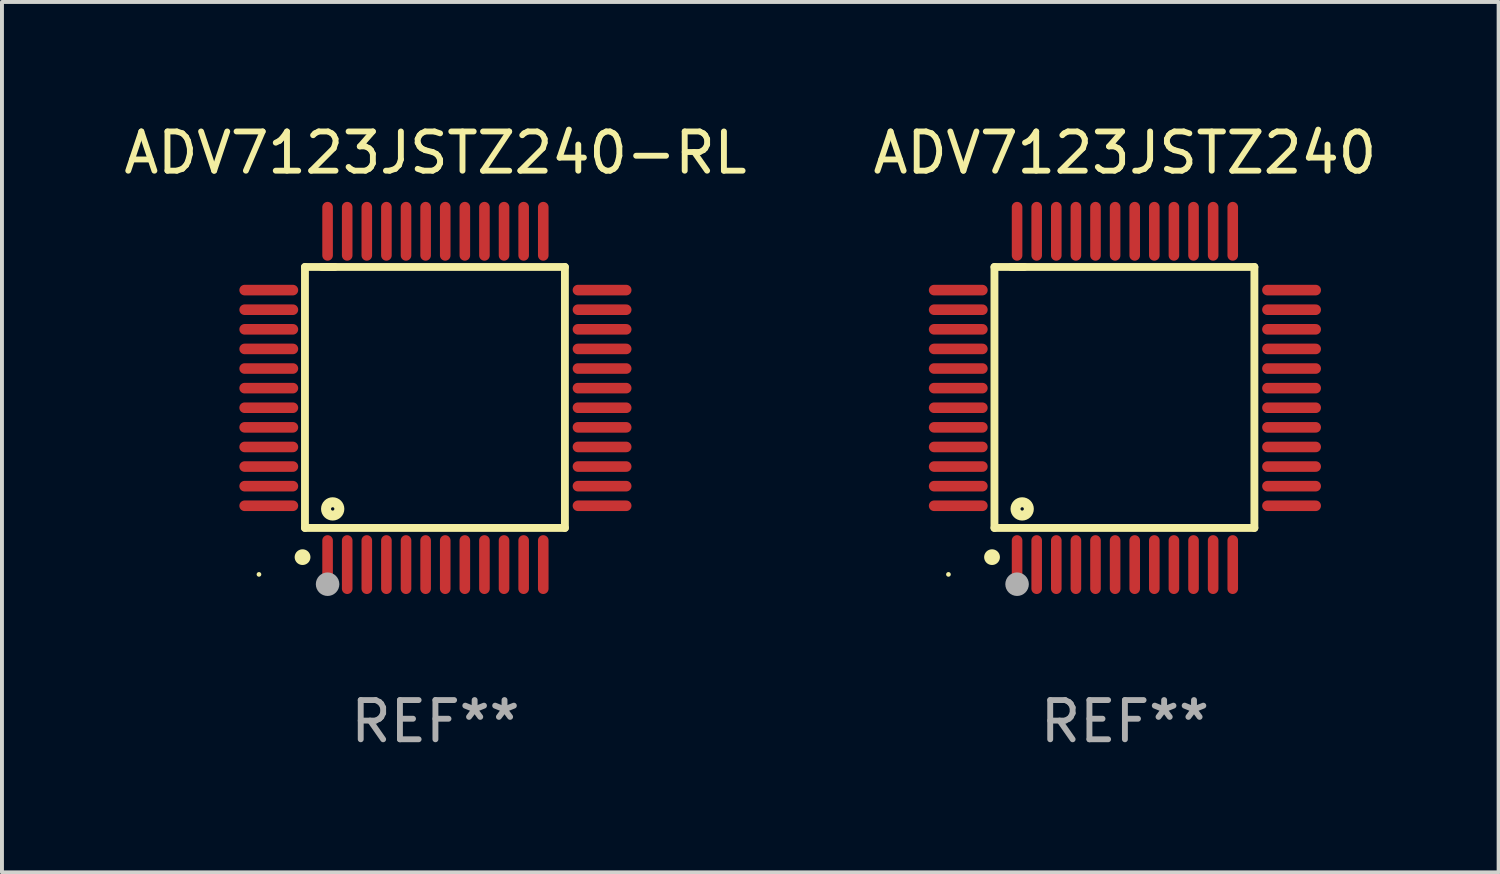
<source format=kicad_pcb>
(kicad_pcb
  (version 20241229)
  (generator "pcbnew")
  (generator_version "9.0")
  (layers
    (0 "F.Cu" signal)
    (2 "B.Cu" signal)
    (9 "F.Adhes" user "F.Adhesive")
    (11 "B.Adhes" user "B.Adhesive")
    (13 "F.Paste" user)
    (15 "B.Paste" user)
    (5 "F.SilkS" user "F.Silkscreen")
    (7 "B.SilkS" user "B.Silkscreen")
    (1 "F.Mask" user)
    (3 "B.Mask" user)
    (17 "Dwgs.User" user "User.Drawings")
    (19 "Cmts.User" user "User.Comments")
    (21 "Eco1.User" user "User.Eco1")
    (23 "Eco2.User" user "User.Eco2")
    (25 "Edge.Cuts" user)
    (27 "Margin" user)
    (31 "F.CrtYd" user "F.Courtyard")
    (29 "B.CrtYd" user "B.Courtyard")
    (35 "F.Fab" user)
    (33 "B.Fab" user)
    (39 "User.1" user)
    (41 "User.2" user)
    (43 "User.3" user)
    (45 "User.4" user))
  (footprint "ADV7123JSTZ240"
    (layer "F.Cu")
    (at 25.637 7.098)
    (property "Reference" "ADV7123JSTZ240" (at 0 -6.25 0) (layer "F.SilkS") (effects (font (size 1 1) (thickness 0.15))))
    (attr through_hole)
    (fp_line (start -3.327 -3.34) (end -2.565 -3.34) (stroke (width 0.2) (type solid)) (layer "F.SilkS"))
    (fp_line (start -3.327 3.315) (end -3.327 -3.34) (stroke (width 0.2) (type solid)) (layer "F.SilkS"))
    (fp_line (start -2.896 -3.34) (end 3.302 -3.34) (stroke (width 0.2) (type solid)) (layer "F.SilkS"))
    (fp_line (start 3.302 -3.34) (end 3.302 3.315) (stroke (width 0.2) (type solid)) (layer "F.SilkS"))
    (fp_line (start 3.302 3.315) (end -3.327 3.315) (stroke (width 0.2) (type solid)) (layer "F.SilkS"))
    (fp_arc (start -3.389992 4.059995) (mid -3.388722 4.059991) (end -3.387452 4.059995) (stroke (width 0.4) (type solid)) (layer "F.SilkS"))
    (fp_circle (center -4.5 4.5) (end -4.47 4.5) (stroke (width 0.06) (type solid)) (fill no) (layer "F.SilkS"))
    (fp_circle (center -2.62 2.83) (end -2.45 2.83) (stroke (width 0.254) (type solid)) (fill no) (layer "F.SilkS"))
    (fp_circle (center -2.75 4.75) (end -2.6 4.75) (stroke (width 0.3) (type solid)) (fill no) (layer "F.Fab"))
    (fp_text user "REF**" (at 0 8.25 0) (layer "F.Fab") (effects (font (size 1 1) (thickness 0.15))))
    (pad "1" smd oval (at -2.75 4.25) (size 0.27 1.5) (layers "F.Cu" "F.Mask" "F.Paste"))
    (pad "2" smd oval (at -2.25 4.25) (size 0.27 1.5) (layers "F.Cu" "F.Mask" "F.Paste"))
    (pad "3" smd oval (at -1.75 4.25) (size 0.27 1.5) (layers "F.Cu" "F.Mask" "F.Paste"))
    (pad "4" smd oval (at -1.25 4.25) (size 0.27 1.5) (layers "F.Cu" "F.Mask" "F.Paste"))
    (pad "5" smd oval (at -0.75 4.25) (size 0.27 1.5) (layers "F.Cu" "F.Mask" "F.Paste"))
    (pad "6" smd oval (at -0.25 4.25) (size 0.27 1.5) (layers "F.Cu" "F.Mask" "F.Paste"))
    (pad "7" smd oval (at 0.25 4.25) (size 0.27 1.5) (layers "F.Cu" "F.Mask" "F.Paste"))
    (pad "8" smd oval (at 0.75 4.25) (size 0.27 1.5) (layers "F.Cu" "F.Mask" "F.Paste"))
    (pad "9" smd oval (at 1.25 4.25) (size 0.27 1.5) (layers "F.Cu" "F.Mask" "F.Paste"))
    (pad "10" smd oval (at 1.75 4.25) (size 0.27 1.5) (layers "F.Cu" "F.Mask" "F.Paste"))
    (pad "11" smd oval (at 2.25 4.25) (size 0.27 1.5) (layers "F.Cu" "F.Mask" "F.Paste"))
    (pad "12" smd oval (at 2.75 4.25) (size 0.27 1.5) (layers "F.Cu" "F.Mask" "F.Paste"))
    (pad "13" smd oval (at 4.25 2.75) (size 1.5 0.27) (layers "F.Cu" "F.Mask" "F.Paste"))
    (pad "14" smd oval (at 4.25 2.25) (size 1.5 0.27) (layers "F.Cu" "F.Mask" "F.Paste"))
    (pad "15" smd oval (at 4.25 1.75) (size 1.5 0.27) (layers "F.Cu" "F.Mask" "F.Paste"))
    (pad "16" smd oval (at 4.25 1.25) (size 1.5 0.27) (layers "F.Cu" "F.Mask" "F.Paste"))
    (pad "17" smd oval (at 4.25 0.75) (size 1.5 0.27) (layers "F.Cu" "F.Mask" "F.Paste"))
    (pad "18" smd oval (at 4.25 0.25) (size 1.5 0.27) (layers "F.Cu" "F.Mask" "F.Paste"))
    (pad "19" smd oval (at 4.25 -0.25) (size 1.5 0.27) (layers "F.Cu" "F.Mask" "F.Paste"))
    (pad "20" smd oval (at 4.25 -0.75) (size 1.5 0.27) (layers "F.Cu" "F.Mask" "F.Paste"))
    (pad "21" smd oval (at 4.25 -1.25) (size 1.5 0.27) (layers "F.Cu" "F.Mask" "F.Paste"))
    (pad "22" smd oval (at 4.25 -1.75) (size 1.5 0.27) (layers "F.Cu" "F.Mask" "F.Paste"))
    (pad "23" smd oval (at 4.25 -2.25) (size 1.5 0.27) (layers "F.Cu" "F.Mask" "F.Paste"))
    (pad "24" smd oval (at 4.25 -2.75) (size 1.5 0.27) (layers "F.Cu" "F.Mask" "F.Paste"))
    (pad "25" smd oval (at 2.75 -4.25) (size 0.27 1.5) (layers "F.Cu" "F.Mask" "F.Paste"))
    (pad "26" smd oval (at 2.25 -4.25) (size 0.27 1.5) (layers "F.Cu" "F.Mask" "F.Paste"))
    (pad "27" smd oval (at 1.75 -4.25) (size 0.27 1.5) (layers "F.Cu" "F.Mask" "F.Paste"))
    (pad "28" smd oval (at 1.25 -4.25) (size 0.27 1.5) (layers "F.Cu" "F.Mask" "F.Paste"))
    (pad "29" smd oval (at 0.75 -4.25) (size 0.27 1.5) (layers "F.Cu" "F.Mask" "F.Paste"))
    (pad "30" smd oval (at 0.25 -4.25) (size 0.27 1.5) (layers "F.Cu" "F.Mask" "F.Paste"))
    (pad "31" smd oval (at -0.25 -4.25) (size 0.27 1.5) (layers "F.Cu" "F.Mask" "F.Paste"))
    (pad "32" smd oval (at -0.75 -4.25) (size 0.27 1.5) (layers "F.Cu" "F.Mask" "F.Paste"))
    (pad "33" smd oval (at -1.25 -4.25) (size 0.27 1.5) (layers "F.Cu" "F.Mask" "F.Paste"))
    (pad "34" smd oval (at -1.75 -4.25) (size 0.27 1.5) (layers "F.Cu" "F.Mask" "F.Paste"))
    (pad "35" smd oval (at -2.25 -4.25) (size 0.27 1.5) (layers "F.Cu" "F.Mask" "F.Paste"))
    (pad "36" smd oval (at -2.75 -4.25) (size 0.27 1.5) (layers "F.Cu" "F.Mask" "F.Paste"))
    (pad "37" smd oval (at -4.25 -2.75) (size 1.5 0.27) (layers "F.Cu" "F.Mask" "F.Paste"))
    (pad "38" smd oval (at -4.25 -2.25) (size 1.5 0.27) (layers "F.Cu" "F.Mask" "F.Paste"))
    (pad "39" smd oval (at -4.25 -1.75) (size 1.5 0.27) (layers "F.Cu" "F.Mask" "F.Paste"))
    (pad "40" smd oval (at -4.25 -1.25) (size 1.5 0.27) (layers "F.Cu" "F.Mask" "F.Paste"))
    (pad "41" smd oval (at -4.25 -0.75) (size 1.5 0.27) (layers "F.Cu" "F.Mask" "F.Paste"))
    (pad "42" smd oval (at -4.25 -0.25) (size 1.5 0.27) (layers "F.Cu" "F.Mask" "F.Paste"))
    (pad "43" smd oval (at -4.25 0.25) (size 1.5 0.27) (layers "F.Cu" "F.Mask" "F.Paste"))
    (pad "44" smd oval (at -4.25 0.75) (size 1.5 0.27) (layers "F.Cu" "F.Mask" "F.Paste"))
    (pad "45" smd oval (at -4.25 1.25) (size 1.5 0.27) (layers "F.Cu" "F.Mask" "F.Paste"))
    (pad "46" smd oval (at -4.25 1.75) (size 1.5 0.27) (layers "F.Cu" "F.Mask" "F.Paste"))
    (pad "47" smd oval (at -4.25 2.25) (size 1.5 0.27) (layers "F.Cu" "F.Mask" "F.Paste"))
    (pad "48" smd oval (at -4.25 2.75) (size 1.5 0.27) (layers "F.Cu" "F.Mask" "F.Paste")))
  (footprint "ADV7123JSTZ240-RL"
    (layer "F.Cu")
    (at 8.054 7.098)
    (property "Reference" "ADV7123JSTZ240-RL" (at 0 -6.25 0) (layer "F.SilkS") (effects (font (size 1 1) (thickness 0.15))))
    (attr through_hole)
    (fp_line (start -3.327 -3.34) (end -2.565 -3.34) (stroke (width 0.2) (type solid)) (layer "F.SilkS"))
    (fp_line (start -3.327 3.315) (end -3.327 -3.34) (stroke (width 0.2) (type solid)) (layer "F.SilkS"))
    (fp_line (start -2.896 -3.34) (end 3.302 -3.34) (stroke (width 0.2) (type solid)) (layer "F.SilkS"))
    (fp_line (start 3.302 -3.34) (end 3.302 3.315) (stroke (width 0.2) (type solid)) (layer "F.SilkS"))
    (fp_line (start 3.302 3.315) (end -3.327 3.315) (stroke (width 0.2) (type solid)) (layer "F.SilkS"))
    (fp_arc (start -3.389992 4.059995) (mid -3.388722 4.059991) (end -3.387452 4.059995) (stroke (width 0.4) (type solid)) (layer "F.SilkS"))
    (fp_circle (center -4.5 4.5) (end -4.47 4.5) (stroke (width 0.06) (type solid)) (fill no) (layer "F.SilkS"))
    (fp_circle (center -2.62 2.83) (end -2.45 2.83) (stroke (width 0.254) (type solid)) (fill no) (layer "F.SilkS"))
    (fp_circle (center -2.75 4.75) (end -2.6 4.75) (stroke (width 0.3) (type solid)) (fill no) (layer "F.Fab"))
    (fp_text user "REF**" (at 0 8.25 0) (layer "F.Fab") (effects (font (size 1 1) (thickness 0.15))))
    (pad "1" smd oval (at -2.75 4.25) (size 0.27 1.5) (layers "F.Cu" "F.Mask" "F.Paste"))
    (pad "2" smd oval (at -2.25 4.25) (size 0.27 1.5) (layers "F.Cu" "F.Mask" "F.Paste"))
    (pad "3" smd oval (at -1.75 4.25) (size 0.27 1.5) (layers "F.Cu" "F.Mask" "F.Paste"))
    (pad "4" smd oval (at -1.25 4.25) (size 0.27 1.5) (layers "F.Cu" "F.Mask" "F.Paste"))
    (pad "5" smd oval (at -0.75 4.25) (size 0.27 1.5) (layers "F.Cu" "F.Mask" "F.Paste"))
    (pad "6" smd oval (at -0.25 4.25) (size 0.27 1.5) (layers "F.Cu" "F.Mask" "F.Paste"))
    (pad "7" smd oval (at 0.25 4.25) (size 0.27 1.5) (layers "F.Cu" "F.Mask" "F.Paste"))
    (pad "8" smd oval (at 0.75 4.25) (size 0.27 1.5) (layers "F.Cu" "F.Mask" "F.Paste"))
    (pad "9" smd oval (at 1.25 4.25) (size 0.27 1.5) (layers "F.Cu" "F.Mask" "F.Paste"))
    (pad "10" smd oval (at 1.75 4.25) (size 0.27 1.5) (layers "F.Cu" "F.Mask" "F.Paste"))
    (pad "11" smd oval (at 2.25 4.25) (size 0.27 1.5) (layers "F.Cu" "F.Mask" "F.Paste"))
    (pad "12" smd oval (at 2.75 4.25) (size 0.27 1.5) (layers "F.Cu" "F.Mask" "F.Paste"))
    (pad "13" smd oval (at 4.25 2.75) (size 1.5 0.27) (layers "F.Cu" "F.Mask" "F.Paste"))
    (pad "14" smd oval (at 4.25 2.25) (size 1.5 0.27) (layers "F.Cu" "F.Mask" "F.Paste"))
    (pad "15" smd oval (at 4.25 1.75) (size 1.5 0.27) (layers "F.Cu" "F.Mask" "F.Paste"))
    (pad "16" smd oval (at 4.25 1.25) (size 1.5 0.27) (layers "F.Cu" "F.Mask" "F.Paste"))
    (pad "17" smd oval (at 4.25 0.75) (size 1.5 0.27) (layers "F.Cu" "F.Mask" "F.Paste"))
    (pad "18" smd oval (at 4.25 0.25) (size 1.5 0.27) (layers "F.Cu" "F.Mask" "F.Paste"))
    (pad "19" smd oval (at 4.25 -0.25) (size 1.5 0.27) (layers "F.Cu" "F.Mask" "F.Paste"))
    (pad "20" smd oval (at 4.25 -0.75) (size 1.5 0.27) (layers "F.Cu" "F.Mask" "F.Paste"))
    (pad "21" smd oval (at 4.25 -1.25) (size 1.5 0.27) (layers "F.Cu" "F.Mask" "F.Paste"))
    (pad "22" smd oval (at 4.25 -1.75) (size 1.5 0.27) (layers "F.Cu" "F.Mask" "F.Paste"))
    (pad "23" smd oval (at 4.25 -2.25) (size 1.5 0.27) (layers "F.Cu" "F.Mask" "F.Paste"))
    (pad "24" smd oval (at 4.25 -2.75) (size 1.5 0.27) (layers "F.Cu" "F.Mask" "F.Paste"))
    (pad "25" smd oval (at 2.75 -4.25) (size 0.27 1.5) (layers "F.Cu" "F.Mask" "F.Paste"))
    (pad "26" smd oval (at 2.25 -4.25) (size 0.27 1.5) (layers "F.Cu" "F.Mask" "F.Paste"))
    (pad "27" smd oval (at 1.75 -4.25) (size 0.27 1.5) (layers "F.Cu" "F.Mask" "F.Paste"))
    (pad "28" smd oval (at 1.25 -4.25) (size 0.27 1.5) (layers "F.Cu" "F.Mask" "F.Paste"))
    (pad "29" smd oval (at 0.75 -4.25) (size 0.27 1.5) (layers "F.Cu" "F.Mask" "F.Paste"))
    (pad "30" smd oval (at 0.25 -4.25) (size 0.27 1.5) (layers "F.Cu" "F.Mask" "F.Paste"))
    (pad "31" smd oval (at -0.25 -4.25) (size 0.27 1.5) (layers "F.Cu" "F.Mask" "F.Paste"))
    (pad "32" smd oval (at -0.75 -4.25) (size 0.27 1.5) (layers "F.Cu" "F.Mask" "F.Paste"))
    (pad "33" smd oval (at -1.25 -4.25) (size 0.27 1.5) (layers "F.Cu" "F.Mask" "F.Paste"))
    (pad "34" smd oval (at -1.75 -4.25) (size 0.27 1.5) (layers "F.Cu" "F.Mask" "F.Paste"))
    (pad "35" smd oval (at -2.25 -4.25) (size 0.27 1.5) (layers "F.Cu" "F.Mask" "F.Paste"))
    (pad "36" smd oval (at -2.75 -4.25) (size 0.27 1.5) (layers "F.Cu" "F.Mask" "F.Paste"))
    (pad "37" smd oval (at -4.25 -2.75) (size 1.5 0.27) (layers "F.Cu" "F.Mask" "F.Paste"))
    (pad "38" smd oval (at -4.25 -2.25) (size 1.5 0.27) (layers "F.Cu" "F.Mask" "F.Paste"))
    (pad "39" smd oval (at -4.25 -1.75) (size 1.5 0.27) (layers "F.Cu" "F.Mask" "F.Paste"))
    (pad "40" smd oval (at -4.25 -1.25) (size 1.5 0.27) (layers "F.Cu" "F.Mask" "F.Paste"))
    (pad "41" smd oval (at -4.25 -0.75) (size 1.5 0.27) (layers "F.Cu" "F.Mask" "F.Paste"))
    (pad "42" smd oval (at -4.25 -0.25) (size 1.5 0.27) (layers "F.Cu" "F.Mask" "F.Paste"))
    (pad "43" smd oval (at -4.25 0.25) (size 1.5 0.27) (layers "F.Cu" "F.Mask" "F.Paste"))
    (pad "44" smd oval (at -4.25 0.75) (size 1.5 0.27) (layers "F.Cu" "F.Mask" "F.Paste"))
    (pad "45" smd oval (at -4.25 1.25) (size 1.5 0.27) (layers "F.Cu" "F.Mask" "F.Paste"))
    (pad "46" smd oval (at -4.25 1.75) (size 1.5 0.27) (layers "F.Cu" "F.Mask" "F.Paste"))
    (pad "47" smd oval (at -4.25 2.25) (size 1.5 0.27) (layers "F.Cu" "F.Mask" "F.Paste"))
    (pad "48" smd oval (at -4.25 2.75) (size 1.5 0.27) (layers "F.Cu" "F.Mask" "F.Paste")))
  (gr_rect
    (start -3 -3)
    (end 35.167 19.196)
    (stroke (width 0.1) (type default))
    (fill no)
    (layer "Edge.Cuts")))
</source>
